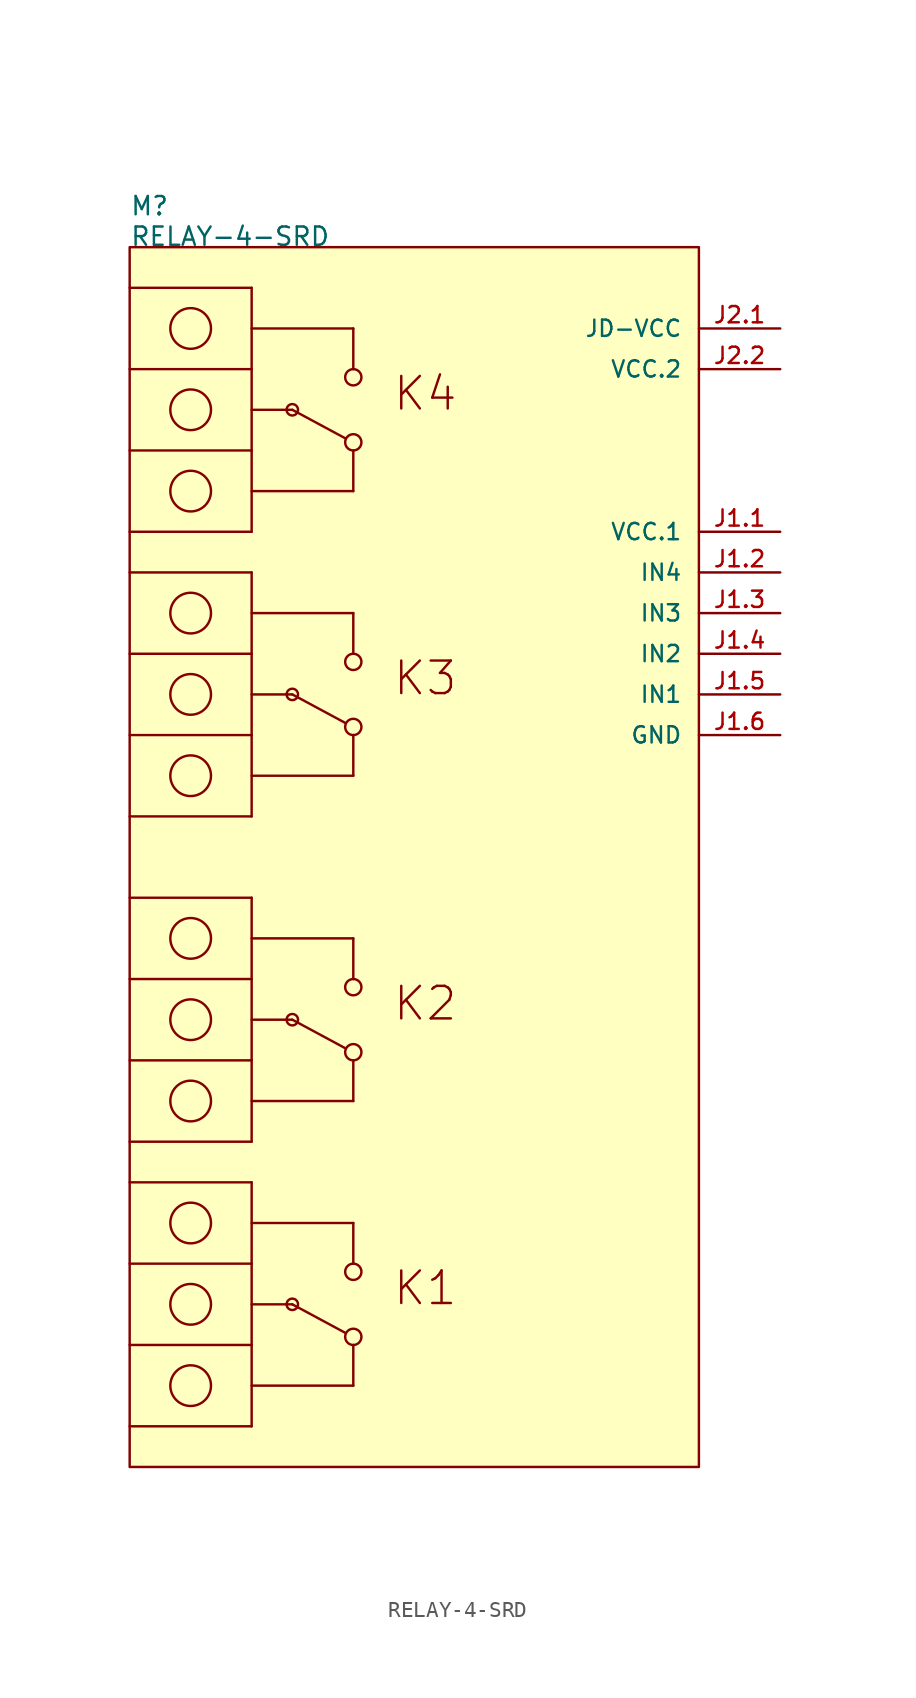
<source format=kicad_sym>
(kicad_symbol_lib
  (version 20211014)
  (generator kicad_symbol_editor)
  (symbol "RELAY-4-SRD"
    (pin_names
      (offset 1.016))
    (property "Reference" "M"
      (at -17.78 40.005 0)
      (effects (font (size 1.143 1.143)) (justify left bottom)))
    (property "Value" "RELAY-4-SRD"
      (at -17.78 38.1 0)
      (effects (font (size 1.143 1.143)) (justify left bottom)))
    (property "ki_locked" ""
      (at 0 0 0)
      (effects (font (size 1.27 1.27))))
    (symbol "RELAY-4-SRD_1_0"
      (polyline (pts (xy -17.78 -35.56) (xy -10.16 -35.56)) (stroke (width 0) (type default) (color 0 0 0 0)) (fill (type none)))
      (polyline (pts (xy -17.78 -17.78) (xy -10.16 -17.78)) (stroke (width 0) (type default) (color 0 0 0 0)) (fill (type none)))
      (polyline (pts (xy -17.78 2.54) (xy -10.16 2.54)) (stroke (width 0) (type default) (color 0 0 0 0)) (fill (type none)))
      (polyline (pts (xy -17.78 25.4) (xy -10.16 25.4)) (stroke (width 0) (type default) (color 0 0 0 0)) (fill (type none)))
      (polyline (pts (xy -17.78 30.48) (xy -10.16 30.48)) (stroke (width 0) (type default) (color 0 0 0 0)) (fill (type none)))
      (polyline (pts (xy -17.78 35.56) (xy -10.16 35.56)) (stroke (width 0) (type default) (color 0 0 0 0)) (fill (type none)))
      (polyline (pts (xy -10.16 -35.56) (xy -10.16 -30.48)) (stroke (width 0) (type default) (color 0 0 0 0)) (fill (type none)))
      (polyline (pts (xy -10.16 -33.02) (xy -3.81 -33.02)) (stroke (width 0) (type default) (color 0 0 0 0)) (fill (type none)))
      (polyline (pts (xy -10.16 -30.48) (xy -17.78 -30.48)) (stroke (width 0) (type default) (color 0 0 0 0)) (fill (type none)))
      (polyline (pts (xy -10.16 -30.48) (xy -10.16 -25.4)) (stroke (width 0) (type default) (color 0 0 0 0)) (fill (type none)))
      (polyline (pts (xy -10.16 -27.94) (xy -7.62 -27.94)) (stroke (width 0) (type default) (color 0 0 0 0)) (fill (type none)))
      (polyline (pts (xy -10.16 -25.4) (xy -17.78 -25.4)) (stroke (width 0) (type default) (color 0 0 0 0)) (fill (type none)))
      (polyline (pts (xy -10.16 -25.4) (xy -10.16 -20.32)) (stroke (width 0) (type default) (color 0 0 0 0)) (fill (type none)))
      (polyline (pts (xy -10.16 -22.86) (xy -3.81 -22.86)) (stroke (width 0) (type default) (color 0 0 0 0)) (fill (type none)))
      (polyline (pts (xy -10.16 -20.32) (xy -17.78 -20.32)) (stroke (width 0) (type default) (color 0 0 0 0)) (fill (type none)))
      (polyline (pts (xy -10.16 -17.78) (xy -10.16 -12.7)) (stroke (width 0) (type default) (color 0 0 0 0)) (fill (type none)))
      (polyline (pts (xy -10.16 -15.24) (xy -3.81 -15.24)) (stroke (width 0) (type default) (color 0 0 0 0)) (fill (type none)))
      (polyline (pts (xy -10.16 -12.7) (xy -17.78 -12.7)) (stroke (width 0) (type default) (color 0 0 0 0)) (fill (type none)))
      (polyline (pts (xy -10.16 -12.7) (xy -10.16 -7.62)) (stroke (width 0) (type default) (color 0 0 0 0)) (fill (type none)))
      (polyline (pts (xy -10.16 -10.16) (xy -7.62 -10.16)) (stroke (width 0) (type default) (color 0 0 0 0)) (fill (type none)))
      (polyline (pts (xy -10.16 -7.62) (xy -17.78 -7.62)) (stroke (width 0) (type default) (color 0 0 0 0)) (fill (type none)))
      (polyline (pts (xy -10.16 -7.62) (xy -10.16 -2.54)) (stroke (width 0) (type default) (color 0 0 0 0)) (fill (type none)))
      (polyline (pts (xy -10.16 -5.08) (xy -3.81 -5.08)) (stroke (width 0) (type default) (color 0 0 0 0)) (fill (type none)))
      (polyline (pts (xy -10.16 -2.54) (xy -17.78 -2.54)) (stroke (width 0) (type default) (color 0 0 0 0)) (fill (type none)))
      (polyline (pts (xy -10.16 2.54) (xy -10.16 7.62)) (stroke (width 0) (type default) (color 0 0 0 0)) (fill (type none)))
      (polyline (pts (xy -10.16 5.08) (xy -3.81 5.08)) (stroke (width 0) (type default) (color 0 0 0 0)) (fill (type none)))
      (polyline (pts (xy -10.16 7.62) (xy -17.78 7.62)) (stroke (width 0) (type default) (color 0 0 0 0)) (fill (type none)))
      (polyline (pts (xy -10.16 7.62) (xy -10.16 12.7)) (stroke (width 0) (type default) (color 0 0 0 0)) (fill (type none)))
      (polyline (pts (xy -10.16 10.16) (xy -7.62 10.16)) (stroke (width 0) (type default) (color 0 0 0 0)) (fill (type none)))
      (polyline (pts (xy -10.16 12.7) (xy -17.78 12.7)) (stroke (width 0) (type default) (color 0 0 0 0)) (fill (type none)))
      (polyline (pts (xy -10.16 12.7) (xy -10.16 17.78)) (stroke (width 0) (type default) (color 0 0 0 0)) (fill (type none)))
      (polyline (pts (xy -10.16 15.24) (xy -3.81 15.24)) (stroke (width 0) (type default) (color 0 0 0 0)) (fill (type none)))
      (polyline (pts (xy -10.16 17.78) (xy -17.78 17.78)) (stroke (width 0) (type default) (color 0 0 0 0)) (fill (type none)))
      (polyline (pts (xy -10.16 20.32) (xy -17.78 20.32)) (stroke (width 0) (type default) (color 0 0 0 0)) (fill (type none)))
      (polyline (pts (xy -10.16 22.86) (xy -3.81 22.86)) (stroke (width 0) (type default) (color 0 0 0 0)) (fill (type none)))
      (polyline (pts (xy -10.16 25.4) (xy -10.16 20.32)) (stroke (width 0) (type default) (color 0 0 0 0)) (fill (type none)))
      (polyline (pts (xy -10.16 27.94) (xy -7.62 27.94)) (stroke (width 0) (type default) (color 0 0 0 0)) (fill (type none)))
      (polyline (pts (xy -10.16 30.48) (xy -10.16 25.4)) (stroke (width 0) (type default) (color 0 0 0 0)) (fill (type none)))
      (polyline (pts (xy -10.16 33.02) (xy -3.81 33.02)) (stroke (width 0) (type default) (color 0 0 0 0)) (fill (type none)))
      (polyline (pts (xy -10.16 35.56) (xy -10.16 30.48)) (stroke (width 0) (type default) (color 0 0 0 0)) (fill (type none)))
      (polyline (pts (xy -7.62 -27.94) (xy -4.318 -29.718)) (stroke (width 0) (type default) (color 0 0 0 0)) (fill (type none)))
      (polyline (pts (xy -7.62 -10.16) (xy -4.318 -11.938)) (stroke (width 0) (type default) (color 0 0 0 0)) (fill (type none)))
      (polyline (pts (xy -7.62 10.16) (xy -4.318 8.382)) (stroke (width 0) (type default) (color 0 0 0 0)) (fill (type none)))
      (polyline (pts (xy -7.62 27.94) (xy -4.318 26.162)) (stroke (width 0) (type default) (color 0 0 0 0)) (fill (type none)))
      (polyline (pts (xy -3.81 -33.02) (xy -3.81 -30.48)) (stroke (width 0) (type default) (color 0 0 0 0)) (fill (type none)))
      (polyline (pts (xy -3.81 -22.86) (xy -3.81 -25.4)) (stroke (width 0) (type default) (color 0 0 0 0)) (fill (type none)))
      (polyline (pts (xy -3.81 -15.24) (xy -3.81 -12.7)) (stroke (width 0) (type default) (color 0 0 0 0)) (fill (type none)))
      (polyline (pts (xy -3.81 -5.08) (xy -3.81 -7.62)) (stroke (width 0) (type default) (color 0 0 0 0)) (fill (type none)))
      (polyline (pts (xy -3.81 5.08) (xy -3.81 7.62)) (stroke (width 0) (type default) (color 0 0 0 0)) (fill (type none)))
      (polyline (pts (xy -3.81 15.24) (xy -3.81 12.7)) (stroke (width 0) (type default) (color 0 0 0 0)) (fill (type none)))
      (polyline (pts (xy -3.81 22.86) (xy -3.81 25.4)) (stroke (width 0) (type default) (color 0 0 0 0)) (fill (type none)))
      (polyline (pts (xy -3.81 33.02) (xy -3.81 30.48)) (stroke (width 0) (type default) (color 0 0 0 0)) (fill (type none)))
      (text "K1" (at 0.686 -26.924 0) (effects (font (size 2.032 2.032))))
      (text "K2" (at 0.686 -9.144 0) (effects (font (size 2.032 2.032))))
      (text "K3" (at 0.686 11.176 0) (effects (font (size 2.032 2.032))))
      (text "K4" (at 0.686 28.956 0) (effects (font (size 2.032 2.032)))))
    (symbol "RELAY-4-SRD_1_1"
      (rectangle (start -17.78 -38.1) (end 17.78 38.1) (stroke (width 0) (type default) (color 0 0 0 0)) (fill (type background)))
      (circle (center -13.97 -33.02) (radius 1.27) (stroke (width 0) (type default) (color 0 0 0 0)) (fill (type none)))
      (circle (center -13.97 -27.94) (radius 1.27) (stroke (width 0) (type default) (color 0 0 0 0)) (fill (type none)))
      (circle (center -13.97 -22.86) (radius 1.27) (stroke (width 0) (type default) (color 0 0 0 0)) (fill (type none)))
      (circle (center -13.97 -15.24) (radius 1.27) (stroke (width 0) (type default) (color 0 0 0 0)) (fill (type none)))
      (circle (center -13.97 -10.16) (radius 1.27) (stroke (width 0) (type default) (color 0 0 0 0)) (fill (type none)))
      (circle (center -13.97 -5.08) (radius 1.27) (stroke (width 0) (type default) (color 0 0 0 0)) (fill (type none)))
      (circle (center -13.97 5.08) (radius 1.27) (stroke (width 0) (type default) (color 0 0 0 0)) (fill (type none)))
      (circle (center -13.97 10.16) (radius 1.27) (stroke (width 0) (type default) (color 0 0 0 0)) (fill (type none)))
      (circle (center -13.97 15.24) (radius 1.27) (stroke (width 0) (type default) (color 0 0 0 0)) (fill (type none)))
      (circle (center -13.97 22.86) (radius 1.27) (stroke (width 0) (type default) (color 0 0 0 0)) (fill (type none)))
      (circle (center -13.97 27.94) (radius 1.27) (stroke (width 0) (type default) (color 0 0 0 0)) (fill (type none)))
      (circle (center -13.97 33.02) (radius 1.27) (stroke (width 0) (type default) (color 0 0 0 0)) (fill (type none)))
      (circle (center -7.62 -27.94) (radius 0.356) (stroke (width 0) (type default) (color 0 0 0 0)) (fill (type none)))
      (circle (center -7.62 -10.16) (radius 0.356) (stroke (width 0) (type default) (color 0 0 0 0)) (fill (type none)))
      (circle (center -7.62 10.16) (radius 0.356) (stroke (width 0) (type default) (color 0 0 0 0)) (fill (type none)))
      (circle (center -7.62 27.94) (radius 0.356) (stroke (width 0) (type default) (color 0 0 0 0)) (fill (type none)))
      (circle (center -3.81 -29.972) (radius 0.508) (stroke (width 0) (type default) (color 0 0 0 0)) (fill (type none)))
      (circle (center -3.81 -25.908) (radius 0.508) (stroke (width 0) (type default) (color 0 0 0 0)) (fill (type none)))
      (circle (center -3.81 -12.192) (radius 0.508) (stroke (width 0) (type default) (color 0 0 0 0)) (fill (type none)))
      (circle (center -3.81 -8.128) (radius 0.508) (stroke (width 0) (type default) (color 0 0 0 0)) (fill (type none)))
      (circle (center -3.81 8.128) (radius 0.508) (stroke (width 0) (type default) (color 0 0 0 0)) (fill (type none)))
      (circle (center -3.81 12.192) (radius 0.508) (stroke (width 0) (type default) (color 0 0 0 0)) (fill (type none)))
      (circle (center -3.81 25.908) (radius 0.508) (stroke (width 0) (type default) (color 0 0 0 0)) (fill (type none)))
      (circle (center -3.81 29.972) (radius 0.508) (stroke (width 0) (type default) (color 0 0 0 0)) (fill (type none)))
      (pin power_in line (at 22.86 20.32 180) (length 5.08) (name "VCC.1" (effects (font (size 1.016 1.016)))) (number "J1.1" (effects (font (size 1.016 1.016)))))
      (pin bidirectional line (at 22.86 17.78 180) (length 5.08) (name "IN4" (effects (font (size 1.016 1.016)))) (number "J1.2" (effects (font (size 1.016 1.016)))))
      (pin bidirectional line (at 22.86 15.24 180) (length 5.08) (name "IN3" (effects (font (size 1.016 1.016)))) (number "J1.3" (effects (font (size 1.016 1.016)))))
      (pin bidirectional line (at 22.86 12.7 180) (length 5.08) (name "IN2" (effects (font (size 1.016 1.016)))) (number "J1.4" (effects (font (size 1.016 1.016)))))
      (pin bidirectional line (at 22.86 10.16 180) (length 5.08) (name "IN1" (effects (font (size 1.016 1.016)))) (number "J1.5" (effects (font (size 1.016 1.016)))))
      (pin power_in line (at 22.86 7.62 180) (length 5.08) (name "GND" (effects (font (size 1.016 1.016)))) (number "J1.6" (effects (font (size 1.016 1.016)))))
      (pin bidirectional line (at 22.86 33.02 180) (length 5.08) (name "JD-VCC" (effects (font (size 1.016 1.016)))) (number "J2.1" (effects (font (size 1.016 1.016)))))
      (pin power_in line (at 22.86 30.48 180) (length 5.08) (name "VCC.2" (effects (font (size 1.016 1.016)))) (number "J2.2" (effects (font (size 1.016 1.016))))))))
</source>
